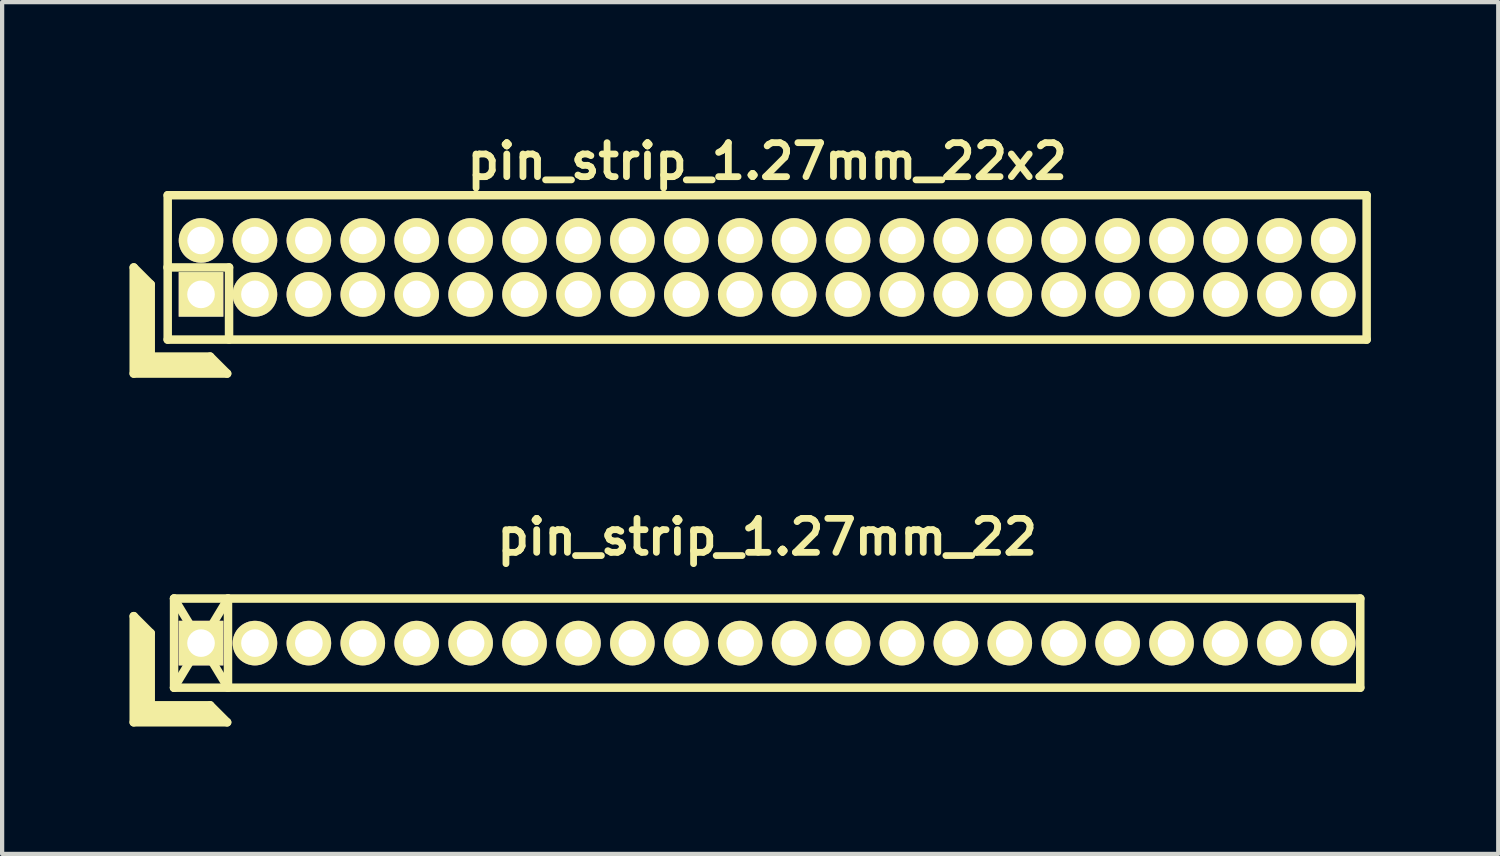
<source format=kicad_pcb>
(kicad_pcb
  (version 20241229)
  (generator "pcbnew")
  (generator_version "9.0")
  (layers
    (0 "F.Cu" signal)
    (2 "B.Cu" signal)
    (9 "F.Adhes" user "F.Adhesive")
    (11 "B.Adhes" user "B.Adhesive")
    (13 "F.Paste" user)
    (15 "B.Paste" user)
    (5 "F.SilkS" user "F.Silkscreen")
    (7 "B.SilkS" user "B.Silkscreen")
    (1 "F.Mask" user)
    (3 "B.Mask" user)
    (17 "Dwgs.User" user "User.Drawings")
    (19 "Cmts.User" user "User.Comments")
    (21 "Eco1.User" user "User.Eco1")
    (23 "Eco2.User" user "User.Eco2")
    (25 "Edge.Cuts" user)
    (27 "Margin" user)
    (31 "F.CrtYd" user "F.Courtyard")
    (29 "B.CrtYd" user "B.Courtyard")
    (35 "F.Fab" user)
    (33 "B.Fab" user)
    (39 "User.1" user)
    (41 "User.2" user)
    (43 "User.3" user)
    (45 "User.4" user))
  (footprint "pin_strip_1.27mm_22"
    (layer "F.Cu")
    (at 15.02 12.098)
    (property "Reference" "pin_strip_1.27mm_22" (at 0 -2.5 0) (layer "F.SilkS") (effects (font (size 0.8 0.8) (thickness 0.16))))
    (attr through_hole)
    (fp_line (start -14.92 -0.635) (end -14.92 1.865) (stroke (width 0.2) (type solid)) (layer "F.SilkS"))
    (fp_line (start -14.92 -0.635) (end -14.52 -0.235) (stroke (width 0.2) (type solid)) (layer "F.SilkS"))
    (fp_line (start -14.92 1.865) (end -12.72 1.865) (stroke (width 0.2) (type solid)) (layer "F.SilkS"))
    (fp_line (start -14.82 1.765) (end -14.82 -0.435) (stroke (width 0.2) (type solid)) (layer "F.SilkS"))
    (fp_line (start -14.82 1.765) (end -12.92 1.765) (stroke (width 0.2) (type solid)) (layer "F.SilkS"))
    (fp_line (start -14.72 1.665) (end -14.72 -0.335) (stroke (width 0.2) (type solid)) (layer "F.SilkS"))
    (fp_line (start -14.72 1.665) (end -13.02 1.665) (stroke (width 0.2) (type solid)) (layer "F.SilkS"))
    (fp_line (start -14.62 1.565) (end -14.62 -0.235) (stroke (width 0.2) (type solid)) (layer "F.SilkS"))
    (fp_line (start -14.62 1.565) (end -13.12 1.565) (stroke (width 0.2) (type solid)) (layer "F.SilkS"))
    (fp_line (start -14.52 1.465) (end -14.52 -0.235) (stroke (width 0.2) (type solid)) (layer "F.SilkS"))
    (fp_line (start -14.52 1.465) (end -13.12 1.465) (stroke (width 0.2) (type solid)) (layer "F.SilkS"))
    (fp_line (start -13.97 -1.05) (end -12.7 1.05) (stroke (width 0.2) (type solid)) (layer "F.SilkS"))
    (fp_line (start -13.97 -1.05) (end 13.97 -1.05) (stroke (width 0.2) (type solid)) (layer "F.SilkS"))
    (fp_line (start -13.97 1.05) (end -13.97 -1.05) (stroke (width 0.2) (type solid)) (layer "F.SilkS"))
    (fp_line (start -13.97 1.05) (end -12.7 -1.05) (stroke (width 0.2) (type solid)) (layer "F.SilkS"))
    (fp_line (start -13.12 1.465) (end -12.72 1.865) (stroke (width 0.2) (type solid)) (layer "F.SilkS"))
    (fp_line (start -12.7 -1.05) (end -12.7 1.05) (stroke (width 0.2) (type solid)) (layer "F.SilkS"))
    (fp_line (start 13.97 -1.05) (end 13.97 1.05) (stroke (width 0.2) (type solid)) (layer "F.SilkS"))
    (fp_line (start 13.97 1.05) (end -13.97 1.05) (stroke (width 0.2) (type solid)) (layer "F.SilkS"))
    (pad "1" thru_hole rect (at -13.335 0) (size 1.05 1.05) (drill 0.65) (layers "*.Cu" "*.Mask" "F.SilkS"))
    (pad "2" thru_hole oval (at -12.065 0) (size 1.05 1.05) (drill 0.65) (layers "*.Cu" "*.Mask" "F.SilkS"))
    (pad "3" thru_hole oval (at -10.795 0) (size 1.05 1.05) (drill 0.65) (layers "*.Cu" "*.Mask" "F.SilkS"))
    (pad "4" thru_hole oval (at -9.525 0) (size 1.05 1.05) (drill 0.65) (layers "*.Cu" "*.Mask" "F.SilkS"))
    (pad "5" thru_hole oval (at -8.255 0) (size 1.05 1.05) (drill 0.65) (layers "*.Cu" "*.Mask" "F.SilkS"))
    (pad "6" thru_hole oval (at -6.985 0) (size 1.05 1.05) (drill 0.65) (layers "*.Cu" "*.Mask" "F.SilkS"))
    (pad "7" thru_hole oval (at -5.715 0) (size 1.05 1.05) (drill 0.65) (layers "*.Cu" "*.Mask" "F.SilkS"))
    (pad "8" thru_hole oval (at -4.445 0) (size 1.05 1.05) (drill 0.65) (layers "*.Cu" "*.Mask" "F.SilkS"))
    (pad "9" thru_hole oval (at -3.175 0) (size 1.05 1.05) (drill 0.65) (layers "*.Cu" "*.Mask" "F.SilkS"))
    (pad "10" thru_hole oval (at -1.905 0) (size 1.05 1.05) (drill 0.65) (layers "*.Cu" "*.Mask" "F.SilkS"))
    (pad "11" thru_hole oval (at -0.635 0) (size 1.05 1.05) (drill 0.65) (layers "*.Cu" "*.Mask" "F.SilkS"))
    (pad "12" thru_hole oval (at 0.635 0) (size 1.05 1.05) (drill 0.65) (layers "*.Cu" "*.Mask" "F.SilkS"))
    (pad "13" thru_hole oval (at 1.905 0) (size 1.05 1.05) (drill 0.65) (layers "*.Cu" "*.Mask" "F.SilkS"))
    (pad "14" thru_hole oval (at 3.175 0) (size 1.05 1.05) (drill 0.65) (layers "*.Cu" "*.Mask" "F.SilkS"))
    (pad "15" thru_hole oval (at 4.445 0) (size 1.05 1.05) (drill 0.65) (layers "*.Cu" "*.Mask" "F.SilkS"))
    (pad "16" thru_hole oval (at 5.715 0) (size 1.05 1.05) (drill 0.65) (layers "*.Cu" "*.Mask" "F.SilkS"))
    (pad "17" thru_hole oval (at 6.985 0) (size 1.05 1.05) (drill 0.65) (layers "*.Cu" "*.Mask" "F.SilkS"))
    (pad "18" thru_hole oval (at 8.255 0) (size 1.05 1.05) (drill 0.65) (layers "*.Cu" "*.Mask" "F.SilkS"))
    (pad "19" thru_hole oval (at 9.525 0) (size 1.05 1.05) (drill 0.65) (layers "*.Cu" "*.Mask" "F.SilkS"))
    (pad "20" thru_hole oval (at 10.795 0) (size 1.05 1.05) (drill 0.65) (layers "*.Cu" "*.Mask" "F.SilkS"))
    (pad "21" thru_hole oval (at 12.065 0) (size 1.05 1.05) (drill 0.65) (layers "*.Cu" "*.Mask" "F.SilkS"))
    (pad "22" thru_hole oval (at 13.335 0) (size 1.05 1.05) (drill 0.65) (layers "*.Cu" "*.Mask" "F.SilkS")))
  (footprint "pin_strip_1.27mm_22x2"
    (layer "F.Cu")
    (at 15.02 3.249)
    (property "Reference" "pin_strip_1.27mm_22x2" (at 0 -2.5 0) (layer "F.SilkS") (effects (font (size 0.8 0.8) (thickness 0.16))))
    (attr through_hole)
    (fp_line (start -14.92 0) (end -14.92 2.5) (stroke (width 0.2) (type solid)) (layer "F.SilkS"))
    (fp_line (start -14.92 0) (end -14.52 0.4) (stroke (width 0.2) (type solid)) (layer "F.SilkS"))
    (fp_line (start -14.92 2.5) (end -12.72 2.5) (stroke (width 0.2) (type solid)) (layer "F.SilkS"))
    (fp_line (start -14.82 2.4) (end -14.82 0.2) (stroke (width 0.2) (type solid)) (layer "F.SilkS"))
    (fp_line (start -14.82 2.4) (end -12.92 2.4) (stroke (width 0.2) (type solid)) (layer "F.SilkS"))
    (fp_line (start -14.72 2.3) (end -14.72 0.3) (stroke (width 0.2) (type solid)) (layer "F.SilkS"))
    (fp_line (start -14.72 2.3) (end -13.02 2.3) (stroke (width 0.2) (type solid)) (layer "F.SilkS"))
    (fp_line (start -14.62 2.2) (end -14.62 0.4) (stroke (width 0.2) (type solid)) (layer "F.SilkS"))
    (fp_line (start -14.62 2.2) (end -13.12 2.2) (stroke (width 0.2) (type solid)) (layer "F.SilkS"))
    (fp_line (start -14.52 2.1) (end -14.52 0.4) (stroke (width 0.2) (type solid)) (layer "F.SilkS"))
    (fp_line (start -14.52 2.1) (end -13.12 2.1) (stroke (width 0.2) (type solid)) (layer "F.SilkS"))
    (fp_line (start -14.125 0) (end -12.675 0) (stroke (width 0.2) (type solid)) (layer "F.SilkS"))
    (fp_line (start -14.12 -1.7) (end 14.12 -1.7) (stroke (width 0.2) (type solid)) (layer "F.SilkS"))
    (fp_line (start -14.12 1.7) (end -14.12 -1.7) (stroke (width 0.2) (type solid)) (layer "F.SilkS"))
    (fp_line (start -13.12 2.1) (end -12.72 2.5) (stroke (width 0.2) (type solid)) (layer "F.SilkS"))
    (fp_line (start -12.675 0) (end -12.675 1.7) (stroke (width 0.2) (type solid)) (layer "F.SilkS"))
    (fp_line (start 14.12 -1.7) (end 14.12 1.7) (stroke (width 0.2) (type solid)) (layer "F.SilkS"))
    (fp_line (start 14.12 1.7) (end -14.12 1.7) (stroke (width 0.2) (type solid)) (layer "F.SilkS"))
    (pad "1" thru_hole rect (at -13.335 0.635) (size 1.05 1.05) (drill 0.65) (layers "*.Cu" "*.Mask" "F.SilkS"))
    (pad "2" thru_hole oval (at -13.335 -0.635) (size 1.05 1.05) (drill 0.65) (layers "*.Cu" "*.Mask" "F.SilkS"))
    (pad "3" thru_hole oval (at -12.065 0.635) (size 1.05 1.05) (drill 0.65) (layers "*.Cu" "*.Mask" "F.SilkS"))
    (pad "4" thru_hole oval (at -12.065 -0.635) (size 1.05 1.05) (drill 0.65) (layers "*.Cu" "*.Mask" "F.SilkS"))
    (pad "5" thru_hole oval (at -10.795 0.635) (size 1.05 1.05) (drill 0.65) (layers "*.Cu" "*.Mask" "F.SilkS"))
    (pad "6" thru_hole oval (at -10.795 -0.635) (size 1.05 1.05) (drill 0.65) (layers "*.Cu" "*.Mask" "F.SilkS"))
    (pad "7" thru_hole oval (at -9.525 0.635) (size 1.05 1.05) (drill 0.65) (layers "*.Cu" "*.Mask" "F.SilkS"))
    (pad "8" thru_hole oval (at -9.525 -0.635) (size 1.05 1.05) (drill 0.65) (layers "*.Cu" "*.Mask" "F.SilkS"))
    (pad "9" thru_hole oval (at -8.255 0.635) (size 1.05 1.05) (drill 0.65) (layers "*.Cu" "*.Mask" "F.SilkS"))
    (pad "10" thru_hole oval (at -8.255 -0.635) (size 1.05 1.05) (drill 0.65) (layers "*.Cu" "*.Mask" "F.SilkS"))
    (pad "11" thru_hole oval (at -6.985 0.635) (size 1.05 1.05) (drill 0.65) (layers "*.Cu" "*.Mask" "F.SilkS"))
    (pad "12" thru_hole oval (at -6.985 -0.635) (size 1.05 1.05) (drill 0.65) (layers "*.Cu" "*.Mask" "F.SilkS"))
    (pad "13" thru_hole oval (at -5.715 0.635) (size 1.05 1.05) (drill 0.65) (layers "*.Cu" "*.Mask" "F.SilkS"))
    (pad "14" thru_hole oval (at -5.715 -0.635) (size 1.05 1.05) (drill 0.65) (layers "*.Cu" "*.Mask" "F.SilkS"))
    (pad "15" thru_hole oval (at -4.445 0.635) (size 1.05 1.05) (drill 0.65) (layers "*.Cu" "*.Mask" "F.SilkS"))
    (pad "16" thru_hole oval (at -4.445 -0.635) (size 1.05 1.05) (drill 0.65) (layers "*.Cu" "*.Mask" "F.SilkS"))
    (pad "17" thru_hole oval (at -3.175 0.635) (size 1.05 1.05) (drill 0.65) (layers "*.Cu" "*.Mask" "F.SilkS"))
    (pad "18" thru_hole oval (at -3.175 -0.635) (size 1.05 1.05) (drill 0.65) (layers "*.Cu" "*.Mask" "F.SilkS"))
    (pad "19" thru_hole oval (at -1.905 0.635) (size 1.05 1.05) (drill 0.65) (layers "*.Cu" "*.Mask" "F.SilkS"))
    (pad "20" thru_hole oval (at -1.905 -0.635) (size 1.05 1.05) (drill 0.65) (layers "*.Cu" "*.Mask" "F.SilkS"))
    (pad "21" thru_hole oval (at -0.635 0.635) (size 1.05 1.05) (drill 0.65) (layers "*.Cu" "*.Mask" "F.SilkS"))
    (pad "22" thru_hole oval (at -0.635 -0.635) (size 1.05 1.05) (drill 0.65) (layers "*.Cu" "*.Mask" "F.SilkS"))
    (pad "23" thru_hole oval (at 0.635 0.635) (size 1.05 1.05) (drill 0.65) (layers "*.Cu" "*.Mask" "F.SilkS"))
    (pad "24" thru_hole oval (at 0.635 -0.635) (size 1.05 1.05) (drill 0.65) (layers "*.Cu" "*.Mask" "F.SilkS"))
    (pad "25" thru_hole oval (at 1.905 0.635) (size 1.05 1.05) (drill 0.65) (layers "*.Cu" "*.Mask" "F.SilkS"))
    (pad "26" thru_hole oval (at 1.905 -0.635) (size 1.05 1.05) (drill 0.65) (layers "*.Cu" "*.Mask" "F.SilkS"))
    (pad "27" thru_hole oval (at 3.175 0.635) (size 1.05 1.05) (drill 0.65) (layers "*.Cu" "*.Mask" "F.SilkS"))
    (pad "28" thru_hole oval (at 3.175 -0.635) (size 1.05 1.05) (drill 0.65) (layers "*.Cu" "*.Mask" "F.SilkS"))
    (pad "29" thru_hole oval (at 4.445 0.635) (size 1.05 1.05) (drill 0.65) (layers "*.Cu" "*.Mask" "F.SilkS"))
    (pad "30" thru_hole oval (at 4.445 -0.635) (size 1.05 1.05) (drill 0.65) (layers "*.Cu" "*.Mask" "F.SilkS"))
    (pad "31" thru_hole oval (at 5.715 0.635) (size 1.05 1.05) (drill 0.65) (layers "*.Cu" "*.Mask" "F.SilkS"))
    (pad "32" thru_hole oval (at 5.715 -0.635) (size 1.05 1.05) (drill 0.65) (layers "*.Cu" "*.Mask" "F.SilkS"))
    (pad "33" thru_hole oval (at 6.985 0.635) (size 1.05 1.05) (drill 0.65) (layers "*.Cu" "*.Mask" "F.SilkS"))
    (pad "34" thru_hole oval (at 6.985 -0.635) (size 1.05 1.05) (drill 0.65) (layers "*.Cu" "*.Mask" "F.SilkS"))
    (pad "35" thru_hole oval (at 8.255 0.635) (size 1.05 1.05) (drill 0.65) (layers "*.Cu" "*.Mask" "F.SilkS"))
    (pad "36" thru_hole oval (at 8.255 -0.635) (size 1.05 1.05) (drill 0.65) (layers "*.Cu" "*.Mask" "F.SilkS"))
    (pad "37" thru_hole oval (at 9.525 0.635) (size 1.05 1.05) (drill 0.65) (layers "*.Cu" "*.Mask" "F.SilkS"))
    (pad "38" thru_hole oval (at 9.525 -0.635) (size 1.05 1.05) (drill 0.65) (layers "*.Cu" "*.Mask" "F.SilkS"))
    (pad "39" thru_hole oval (at 10.795 0.635) (size 1.05 1.05) (drill 0.65) (layers "*.Cu" "*.Mask" "F.SilkS"))
    (pad "40" thru_hole oval (at 10.795 -0.635) (size 1.05 1.05) (drill 0.65) (layers "*.Cu" "*.Mask" "F.SilkS"))
    (pad "41" thru_hole oval (at 12.065 0.635) (size 1.05 1.05) (drill 0.65) (layers "*.Cu" "*.Mask" "F.SilkS"))
    (pad "42" thru_hole oval (at 12.065 -0.635) (size 1.05 1.05) (drill 0.65) (layers "*.Cu" "*.Mask" "F.SilkS"))
    (pad "43" thru_hole oval (at 13.335 0.635) (size 1.05 1.05) (drill 0.65) (layers "*.Cu" "*.Mask" "F.SilkS"))
    (pad "44" thru_hole oval (at 13.335 -0.635) (size 1.05 1.05) (drill 0.65) (layers "*.Cu" "*.Mask" "F.SilkS")))
  (gr_rect
    (start -3 -3)
    (end 32.24 17.063)
    (stroke (width 0.1) (type default))
    (fill no)
    (layer "Edge.Cuts")))
</source>
